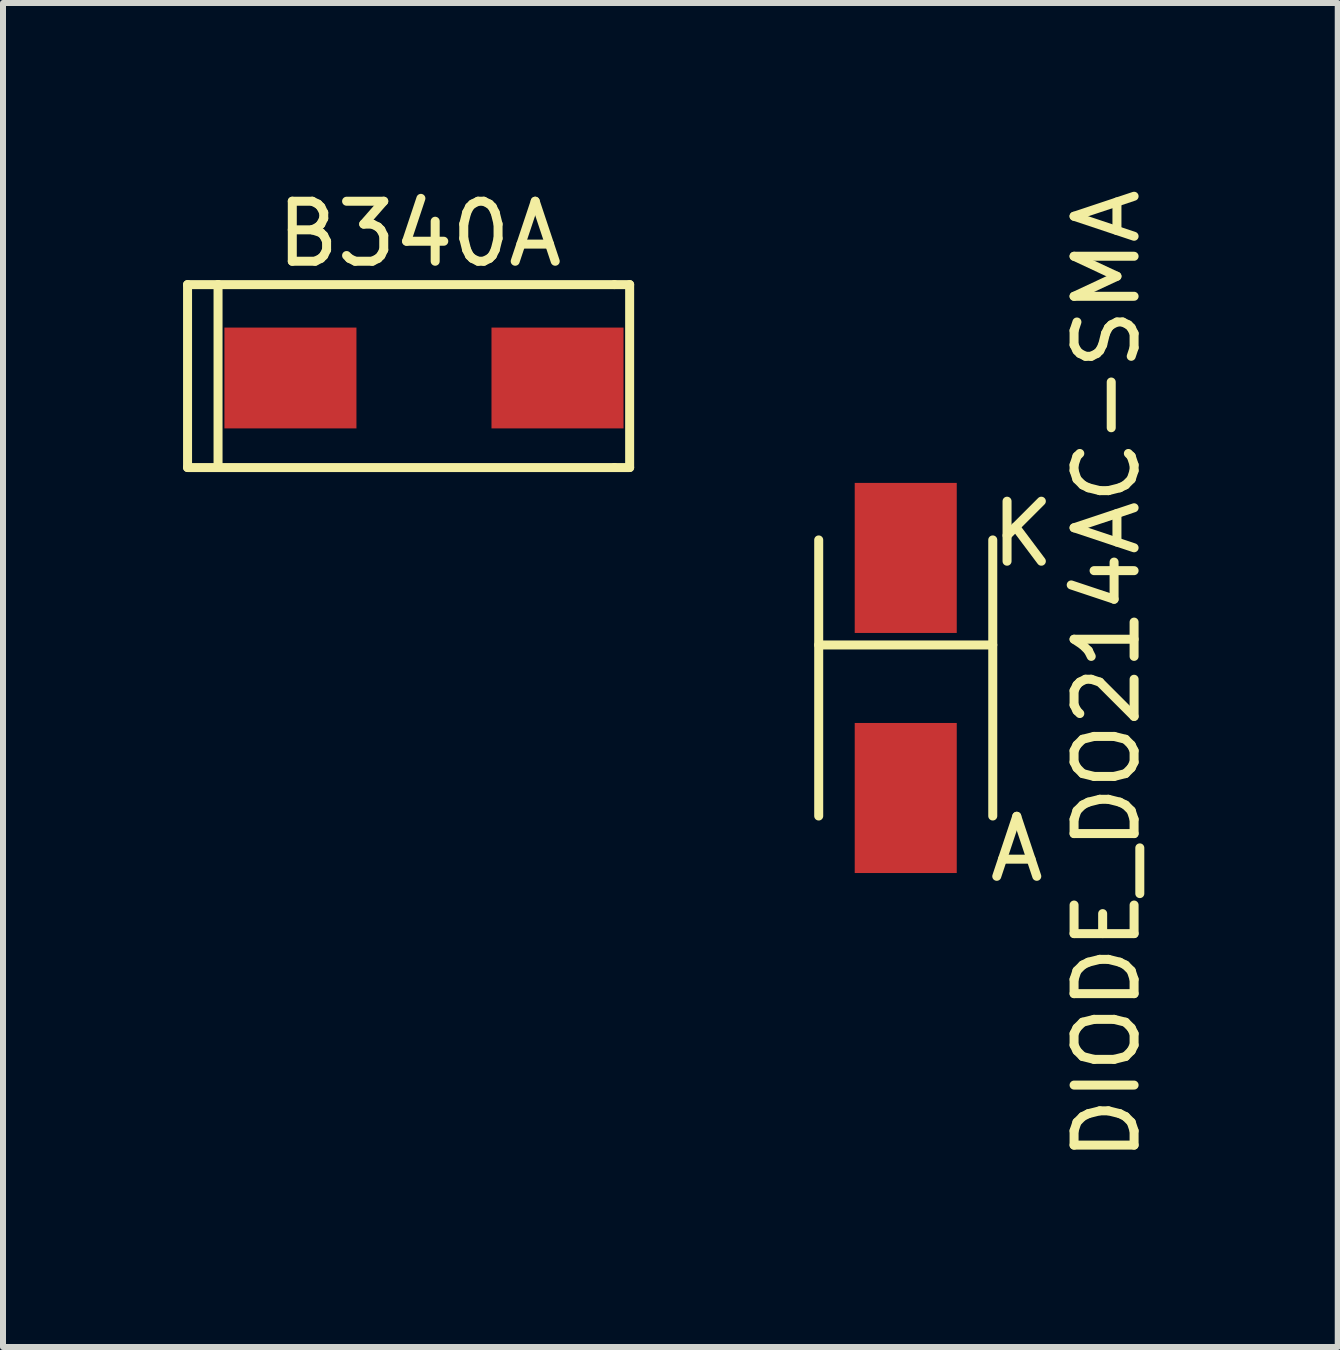
<source format=kicad_pcb>
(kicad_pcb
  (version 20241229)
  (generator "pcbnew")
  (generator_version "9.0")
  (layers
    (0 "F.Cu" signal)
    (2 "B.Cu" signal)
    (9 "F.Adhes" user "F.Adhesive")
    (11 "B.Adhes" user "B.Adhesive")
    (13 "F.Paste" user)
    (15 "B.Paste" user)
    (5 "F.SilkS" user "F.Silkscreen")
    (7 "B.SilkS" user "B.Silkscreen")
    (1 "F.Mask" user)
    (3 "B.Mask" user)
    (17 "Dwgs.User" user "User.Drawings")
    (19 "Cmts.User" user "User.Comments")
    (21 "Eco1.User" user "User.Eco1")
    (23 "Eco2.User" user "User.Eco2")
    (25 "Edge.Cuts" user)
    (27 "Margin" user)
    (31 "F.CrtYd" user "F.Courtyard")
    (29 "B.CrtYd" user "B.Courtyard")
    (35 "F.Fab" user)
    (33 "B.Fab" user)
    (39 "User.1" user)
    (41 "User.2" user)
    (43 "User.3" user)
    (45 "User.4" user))
  (footprint "B340A"
    (layer "F.Cu")
    (at 4.139 5.248)
    (property "Reference" "B340A" (at -0.2 -4.4 0) (layer "F.SilkS") (effects (font (size 1 1) (thickness 0.15))))
    (attr through_hole)
    (fp_line (start -4.064 -3.556) (end -4.064 -0.508) (stroke (width 0.15) (type solid)) (layer "F.SilkS"))
    (fp_line (start -4.064 -0.508) (end 3.048 -0.508) (stroke (width 0.15) (type solid)) (layer "F.SilkS"))
    (fp_line (start -3.556 -3.556) (end -4.064 -3.556) (stroke (width 0.15) (type solid)) (layer "F.SilkS"))
    (fp_line (start -3.556 -0.508) (end -3.556 -3.556) (stroke (width 0.15) (type solid)) (layer "F.SilkS"))
    (fp_line (start 3.048 -3.556) (end -3.556 -3.556) (stroke (width 0.15) (type solid)) (layer "F.SilkS"))
    (fp_line (start 3.048 -0.508) (end 3.302 -0.508) (stroke (width 0.15) (type solid)) (layer "F.SilkS"))
    (fp_line (start 3.302 -3.556) (end 3.048 -3.556) (stroke (width 0.15) (type solid)) (layer "F.SilkS"))
    (fp_line (start 3.302 -0.508) (end 3.302 -3.556) (stroke (width 0.15) (type solid)) (layer "F.SilkS"))
    (pad "1" smd rect (at -2.35 -2) (size 2.2 1.68) (layers "F.Cu" "F.Mask" "F.Paste"))
    (pad "2" smd rect (at 2.1 -2) (size 2.2 1.68) (layers "F.Cu" "F.Mask" "F.Paste")))
  (footprint "DIODE_DO214AC-SMA"
    (layer "F.Cu")
    (at 12.041 8.246)
    (property "Reference" "DIODE_DO214AC-SMA" (at 3.35 -0.05 90) (layer "F.SilkS") (effects (font (size 1 1) (thickness 0.15))))
    (attr through_hole)
    (fp_line (start -1.45 -0.55) (end 1.45 -0.55) (stroke (width 0.15) (type solid)) (layer "F.SilkS"))
    (fp_line (start -1.45 2.3) (end -1.45 -2.3) (stroke (width 0.15) (type solid)) (layer "F.SilkS"))
    (fp_line (start 1.45 -2.3) (end 1.45 2.3) (stroke (width 0.15) (type solid)) (layer "F.SilkS"))
    (fp_text user "A" (at 1.85 2.85 0) (layer "F.SilkS") (effects (font (size 1 1) (thickness 0.15))))
    (fp_text user "K" (at 1.95 -2.4 0) (layer "F.SilkS") (effects (font (size 1 1) (thickness 0.15))))
    (pad "1" smd rect (at 0 -2) (size 1.7 2.5) (layers "F.Cu" "F.Mask" "F.Paste"))
    (pad "2" smd rect (at 0 2) (size 1.7 2.5) (layers "F.Cu" "F.Mask" "F.Paste")))
  (gr_rect
    (start -3 -3)
    (end 19.239 19.393)
    (stroke (width 0.1) (type default))
    (fill no)
    (layer "Edge.Cuts")))
</source>
